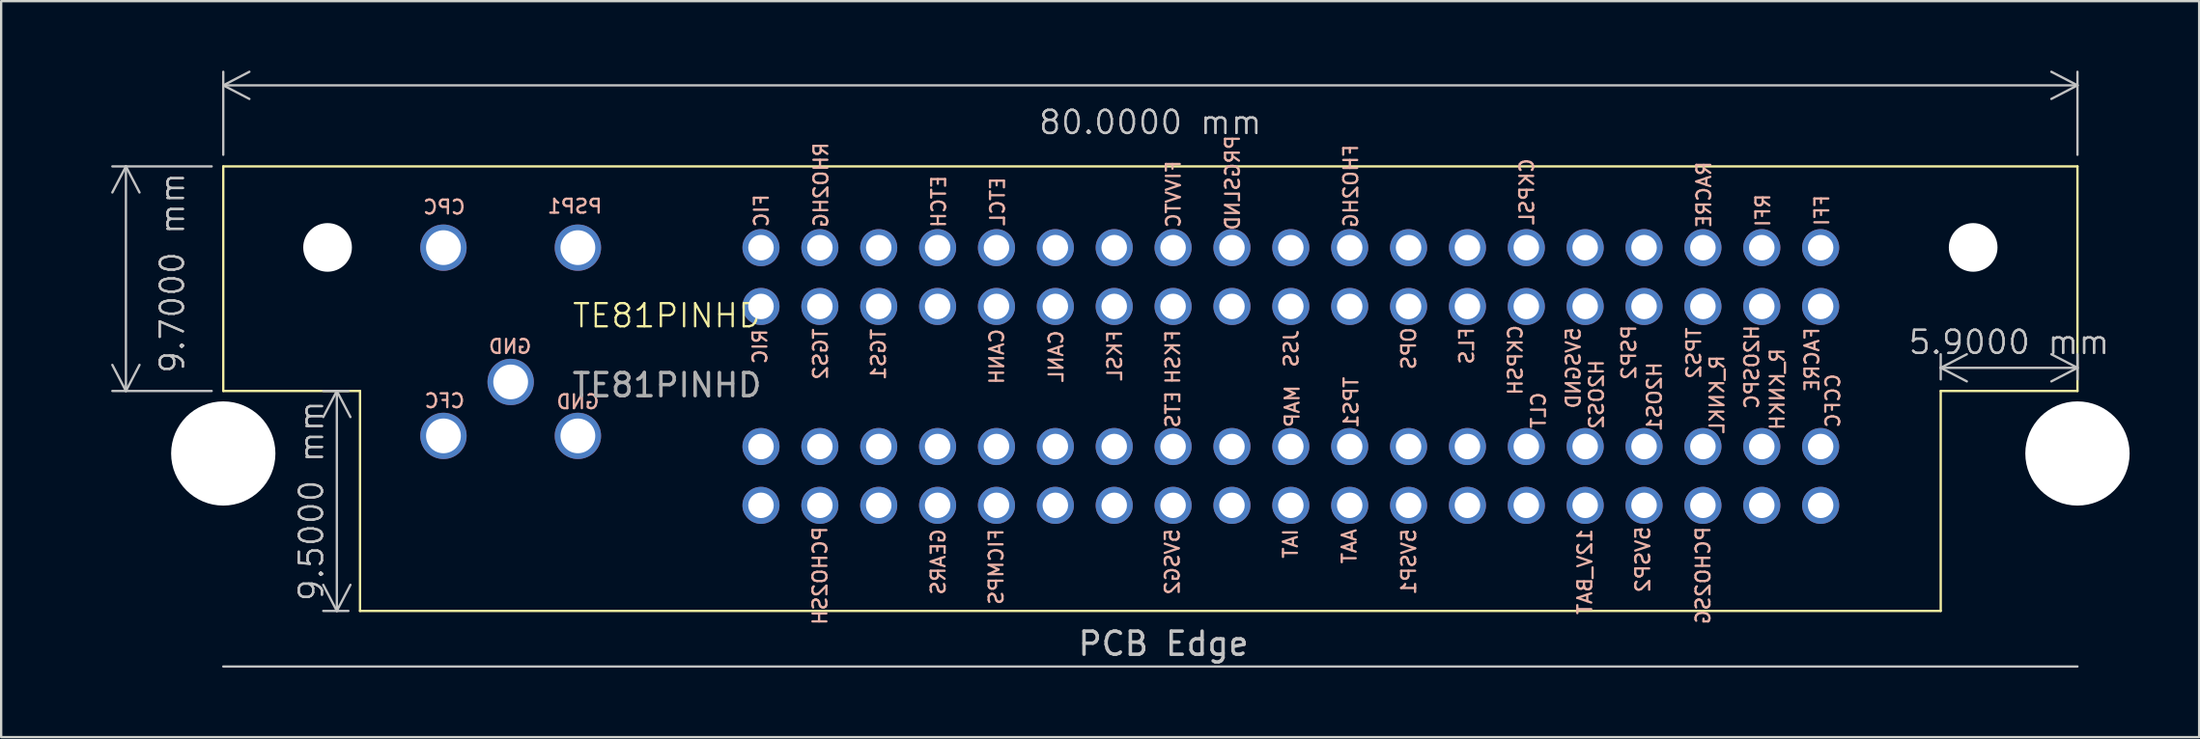
<source format=kicad_pcb>
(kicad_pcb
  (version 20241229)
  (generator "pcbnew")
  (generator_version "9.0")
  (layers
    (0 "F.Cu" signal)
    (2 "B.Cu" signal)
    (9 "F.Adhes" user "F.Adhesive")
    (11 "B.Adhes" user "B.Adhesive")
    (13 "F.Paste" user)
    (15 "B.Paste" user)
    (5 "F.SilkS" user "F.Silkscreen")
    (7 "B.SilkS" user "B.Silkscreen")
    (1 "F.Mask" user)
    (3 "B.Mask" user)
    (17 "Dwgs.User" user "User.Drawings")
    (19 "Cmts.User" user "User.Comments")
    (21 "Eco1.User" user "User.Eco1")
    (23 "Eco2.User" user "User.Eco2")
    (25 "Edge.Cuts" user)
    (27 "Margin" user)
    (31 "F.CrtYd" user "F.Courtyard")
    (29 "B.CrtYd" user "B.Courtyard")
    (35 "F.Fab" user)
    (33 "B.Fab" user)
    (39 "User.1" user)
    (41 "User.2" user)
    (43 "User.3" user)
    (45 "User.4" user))
  (footprint "TE81PINHD"
    (layer "F.Cu")
    (at 29.783 16.236)
    (property "Reference" "TE81PINHD" (at -4.056 -5.652 0) (unlocked yes) (layer "F.SilkS") (effects (font (size 1 1) (thickness 0.1))))
    (attr through_hole)
    (fp_line (start -23.2 -12.1) (end -23.2 -2.4) (stroke (width 0.1) (type default)) (layer "F.SilkS"))
    (fp_line (start -23.2 -12.1) (end 56.8 -12.1) (stroke (width 0.1) (type default)) (layer "F.SilkS"))
    (fp_line (start -23.2 -2.4) (end -17.3 -2.4) (stroke (width 0.1) (type default)) (layer "F.SilkS"))
    (fp_line (start -17.3 -2.4) (end -17.3 7.1) (stroke (width 0.1) (type default)) (layer "F.SilkS"))
    (fp_line (start -17.3 7.1) (end 50.9 7.1) (stroke (width 0.1) (type default)) (layer "F.SilkS"))
    (fp_line (start 50.9 -2.4) (end 50.9 7.1) (stroke (width 0.1) (type default)) (layer "F.SilkS"))
    (fp_line (start 50.9 -2.4) (end 56.8 -2.4) (stroke (width 0.1) (type default)) (layer "F.SilkS"))
    (fp_line (start 56.8 -12.1) (end 56.8 -2.4) (stroke (width 0.1) (type default)) (layer "F.SilkS"))
    (fp_line (start -23.2 9.5) (end 56.8 9.5) (stroke (width 0.1) (type default)) (layer "Dwgs.User"))
    (fp_text user "TPS2" (at 40.6 -5.2 90) (unlocked yes) (layer "B.SilkS") (effects (font (size 0.6 0.6) (thickness 0.1)) (justify left bottom mirror)))
    (fp_text user "CANH" (at 10.526 -5.138 90) (unlocked yes) (layer "B.SilkS") (effects (font (size 0.6 0.6) (thickness 0.1)) (justify left bottom mirror)))
    (fp_text user "R_KNKH" (at 44.2 -4.3 90) (unlocked yes) (layer "B.SilkS") (effects (font (size 0.6 0.6) (thickness 0.1)) (justify left bottom mirror)))
    (fp_text user "PSP2" (at 37.8 -5.3 90) (unlocked yes) (layer "B.SilkS") (effects (font (size 0.6 0.6) (thickness 0.1)) (justify left bottom mirror)))
    (fp_text user "FKSH" (at 18.124 -5.091 90) (unlocked yes) (layer "B.SilkS") (effects (font (size 0.6 0.6) (thickness 0.1)) (justify left bottom mirror)))
    (fp_text user "CPC" (at -12.7 -9.988 0) (unlocked yes) (layer "B.SilkS") (effects (font (size 0.6 0.6) (thickness 0.1)) (justify left bottom mirror)))
    (fp_text user "ETCH" (at 8.021 -11.761 90) (unlocked yes) (layer "B.SilkS") (effects (font (size 0.6 0.6) (thickness 0.1)) (justify left bottom mirror)))
    (fp_text user "CKPSH" (at 32.9 -5.3 90) (unlocked yes) (layer "B.SilkS") (effects (font (size 0.6 0.6) (thickness 0.1)) (justify left bottom mirror)))
    (fp_text user "GND" (at -9.845 -3.969 0) (unlocked yes) (layer "B.SilkS") (effects (font (size 0.6 0.6) (thickness 0.1)) (justify left bottom mirror)))
    (fp_text user "PRGSLND" (at 20.7 -13.5 90) (unlocked yes) (layer "B.SilkS") (effects (font (size 0.6 0.6) (thickness 0.1)) (justify left bottom mirror)))
    (fp_text user "TPS1" (at 25.814 -3.069 90) (unlocked yes) (layer "B.SilkS") (effects (font (size 0.6 0.6) (thickness 0.1)) (justify left bottom mirror)))
    (fp_text user "12V_BAT" (at 35.9 3.5 90) (unlocked yes) (layer "B.SilkS") (effects (font (size 0.6 0.6) (thickness 0.1)) (justify left bottom mirror)))
    (fp_text user "5VSP2" (at 38.4 3.4 90) (unlocked yes) (layer "B.SilkS") (effects (font (size 0.6 0.6) (thickness 0.1)) (justify left bottom mirror)))
    (fp_text user "RACRE" (at 41.035 -12.372 90) (unlocked yes) (layer "B.SilkS") (effects (font (size 0.6 0.6) (thickness 0.1)) (justify left bottom mirror)))
    (fp_text user "5VSGND" (at 35.4 -5.2 90) (unlocked yes) (layer "B.SilkS") (effects (font (size 0.6 0.6) (thickness 0.1)) (justify left bottom mirror)))
    (fp_text user "JSS" (at 23.228 -5.1 90) (unlocked yes) (layer "B.SilkS") (effects (font (size 0.6 0.6) (thickness 0.1)) (justify left bottom mirror)))
    (fp_text user "RIC" (at 0.309 -5.127 90) (unlocked yes) (layer "B.SilkS") (effects (font (size 0.6 0.6) (thickness 0.1)) (justify left bottom mirror)))
    (fp_text user "H2OS2" (at 36.4 -3.8 90) (unlocked yes) (layer "B.SilkS") (effects (font (size 0.6 0.6) (thickness 0.1)) (justify left bottom mirror)))
    (fp_text user "PCHO2SG" (at 41 3.4 90) (unlocked yes) (layer "B.SilkS") (effects (font (size 0.6 0.6) (thickness 0.1)) (justify left bottom mirror)))
    (fp_text user "FLS" (at 30.8 -5.2 90) (unlocked yes) (layer "B.SilkS") (effects (font (size 0.6 0.6) (thickness 0.1)) (justify left bottom mirror)))
    (fp_text user "RHO2HG" (at 2.94 -13.194 90) (unlocked yes) (layer "B.SilkS") (effects (font (size 0.6 0.6) (thickness 0.1)) (justify left bottom mirror)))
    (fp_text user "H2OSPC" (at 43.1 -5.3 90) (unlocked yes) (layer "B.SilkS") (effects (font (size 0.6 0.6) (thickness 0.1)) (justify left bottom mirror)))
    (fp_text user "OPS" (at 28.3 -5.2 90) (unlocked yes) (layer "B.SilkS") (effects (font (size 0.6 0.6) (thickness 0.1)) (justify left bottom mirror)))
    (fp_text user "IAT" (at 23.2 3.5 90) (unlocked yes) (layer "B.SilkS") (effects (font (size 0.6 0.6) (thickness 0.1)) (justify left bottom mirror)))
    (fp_text user "FFI" (at 46.128 -10.923 90) (unlocked yes) (layer "B.SilkS") (effects (font (size 0.6 0.6) (thickness 0.1)) (justify left bottom mirror)))
    (fp_text user "GND" (at -6.92 -1.58 0) (unlocked yes) (layer "B.SilkS") (effects (font (size 0.6 0.6) (thickness 0.1)) (justify left bottom mirror)))
    (fp_text user "CKPSL" (at 33.394 -12.498 90) (unlocked yes) (layer "B.SilkS") (effects (font (size 0.6 0.6) (thickness 0.1)) (justify left bottom mirror)))
    (fp_text user "5VSP1" (at 28.3 3.5 90) (unlocked yes) (layer "B.SilkS") (effects (font (size 0.6 0.6) (thickness 0.1)) (justify left bottom mirror)))
    (fp_text user "R_KNKL" (at 41.6 -4 90) (unlocked yes) (layer "B.SilkS") (effects (font (size 0.6 0.6) (thickness 0.1)) (justify left bottom mirror)))
    (fp_text user "CLT" (at 33.9 -2.4 90) (unlocked yes) (layer "B.SilkS") (effects (font (size 0.6 0.6) (thickness 0.1)) (justify left bottom mirror)))
    (fp_text user "FKSL" (at 15.616 -5.077 90) (unlocked yes) (layer "B.SilkS") (effects (font (size 0.6 0.6) (thickness 0.1)) (justify left bottom mirror)))
    (fp_text user "FHO2HG" (at 25.8 -13.1 90) (unlocked yes) (layer "B.SilkS") (effects (font (size 0.6 0.6) (thickness 0.1)) (justify left bottom mirror)))
    (fp_text user "H2OS1" (at 38.9 -3.7 90) (unlocked yes) (layer "B.SilkS") (effects (font (size 0.6 0.6) (thickness 0.1)) (justify left bottom mirror)))
    (fp_text user "PSP1" (at -6.796 -10.025 0) (unlocked yes) (layer "B.SilkS") (effects (font (size 0.6 0.6) (thickness 0.1)) (justify left bottom mirror)))
    (fp_text user "5VSG2" (at 18.1 3.5 90) (unlocked yes) (layer "B.SilkS") (effects (font (size 0.6 0.6) (thickness 0.1)) (justify left bottom mirror)))
    (fp_text user "FACRE" (at 45.7 -5.2 90) (unlocked yes) (layer "B.SilkS") (effects (font (size 0.6 0.6) (thickness 0.1)) (justify left bottom mirror)))
    (fp_text user "CFC" (at -12.728 -1.621 0) (unlocked yes) (layer "B.SilkS") (effects (font (size 0.6 0.6) (thickness 0.1)) (justify left bottom mirror)))
    (fp_text user "AAT" (at 25.736 3.5 90) (unlocked yes) (layer "B.SilkS") (effects (font (size 0.6 0.6) (thickness 0.1)) (justify left bottom mirror)))
    (fp_text user "MAP" (at 23.274 -2.701 90) (unlocked yes) (layer "B.SilkS") (effects (font (size 0.6 0.6) (thickness 0.1)) (justify left bottom mirror)))
    (fp_text user "ETCL" (at 10.56 -11.691 90) (unlocked yes) (layer "B.SilkS") (effects (font (size 0.6 0.6) (thickness 0.1)) (justify left bottom mirror)))
    (fp_text user "FICMPS" (at 10.5 3.5 90) (unlocked yes) (layer "B.SilkS") (effects (font (size 0.6 0.6) (thickness 0.1)) (justify left bottom mirror)))
    (fp_text user "TGS1" (at 5.423 -5.144 90) (unlocked yes) (layer "B.SilkS") (effects (font (size 0.6 0.6) (thickness 0.1)) (justify left bottom mirror)))
    (fp_text user "PCHO2SH" (at 2.9 3.4 90) (unlocked yes) (layer "B.SilkS") (effects (font (size 0.6 0.6) (thickness 0.1)) (justify left bottom mirror)))
    (fp_text user "CANL" (at 13.084 -5.072 90) (unlocked yes) (layer "B.SilkS") (effects (font (size 0.6 0.6) (thickness 0.1)) (justify left bottom mirror)))
    (fp_text user "FIC" (at 0.373 -10.953 90) (unlocked yes) (layer "B.SilkS") (effects (font (size 0.6 0.6) (thickness 0.1)) (justify left bottom mirror)))
    (fp_text user "TGS2" (at 2.923 -5.16 90) (unlocked yes) (layer "B.SilkS") (effects (font (size 0.6 0.6) (thickness 0.1)) (justify left bottom mirror)))
    (fp_text user "FIVVTC" (at 18.146 -12.412 90) (unlocked yes) (layer "B.SilkS") (effects (font (size 0.6 0.6) (thickness 0.1)) (justify left bottom mirror)))
    (fp_text user "RFI" (at 43.583 -10.967 90) (unlocked yes) (layer "B.SilkS") (effects (font (size 0.6 0.6) (thickness 0.1)) (justify left bottom mirror)))
    (fp_text user "CCFC" (at 46.6 -3.2 90) (unlocked yes) (layer "B.SilkS") (effects (font (size 0.6 0.6) (thickness 0.1)) (justify left bottom mirror)))
    (fp_text user "ETS" (at 18.124 -2.454 90) (unlocked yes) (layer "B.SilkS") (effects (font (size 0.6 0.6) (thickness 0.1)) (justify left bottom mirror)))
    (fp_text user "GEARS" (at 8 3.5 90) (unlocked yes) (layer "B.SilkS") (effects (font (size 0.6 0.6) (thickness 0.1)) (justify left bottom mirror)))
    (fp_text user "PCB Edge" (at 13.6 9.1 0) (unlocked yes) (layer "Dwgs.User") (effects (font (size 1 1) (thickness 0.15)) (justify left bottom)))
    (fp_text user "${REFERENCE}" (at -4.056 -2.652 0) (unlocked yes) (layer "F.Fab") (effects (font (size 1 1) (thickness 0.15))))
    (dimension (type aligned) (layer "Dwgs.User") (pts (xy 6.583 4.136) (xy 86.583 4.136)) (height -3.5) (format (prefix "") (suffix "") (units 3) (units_format 1) (precision 4)) (style (thickness 0.1) (arrow_length 1.27) (text_position_mode 2) (arrow_direction outward) (extension_height 0.586) (extension_offset 0.5) (keep_text_aligned yes)) (gr_text "80.0000 mm" (at 46.583 2.236 0) (layer "Dwgs.User") (effects (font (size 1 1) (thickness 0.1)))))
    (dimension (type aligned) (layer "Dwgs.User") (pts (xy 80.683 13.836) (xy 86.583 13.836)) (height -1) (format (prefix "") (suffix "") (units 3) (units_format 1) (precision 4)) (style (thickness 0.1) (arrow_length 1.27) (text_position_mode 0) (arrow_direction outward) (extension_height 0.586) (extension_offset 0.5) (keep_text_aligned yes)) (gr_text "5.9000 mm" (at 83.633 11.736 0) (layer "Dwgs.User") (effects (font (size 1 1) (thickness 0.1)))))
    (dimension (type aligned) (layer "Dwgs.User") (pts (xy 12.483 13.836) (xy 12.483 23.336)) (height 1) (format (prefix "") (suffix "") (units 3) (units_format 1) (precision 4)) (style (thickness 0.1) (arrow_length 1.27) (text_position_mode 0) (arrow_direction outward) (extension_height 0.586) (extension_offset 0.5) (keep_text_aligned yes)) (gr_text "9.5000 mm" (at 10.383 18.586 90) (layer "Dwgs.User") (effects (font (size 1 1) (thickness 0.1)))))
    (dimension (type aligned) (layer "Dwgs.User") (pts (xy 6.583 4.136) (xy 6.583 13.836)) (height 4.2) (format (prefix "") (suffix "") (units 3) (units_format 1) (precision 4)) (style (thickness 0.1) (arrow_length 1.27) (text_position_mode 2) (arrow_direction outward) (extension_height 0.586) (extension_offset 0.5) (keep_text_aligned yes)) (gr_text "9.7000 mm" (at 4.383 8.736 90) (layer "Dwgs.User") (effects (font (size 1 1) (thickness 0.1)))))
    (pad "" np_thru_hole circle (at -23.2 0.3) (size 4.5 4.5) (drill 4.5) (layers "*.Cu" "*.Mask"))
    (pad "" np_thru_hole circle (at -18.7 -8.6) (size 2.1 2.1) (drill 2.1) (layers "*.Cu" "*.Mask"))
    (pad "" np_thru_hole circle (at 52.3 -8.6) (size 2.1 2.1) (drill 2.1) (layers "*.Cu" "*.Mask"))
    (pad "" np_thru_hole circle (at 56.8 0.3) (size 4.5 4.5) (drill 4.5) (layers "*.Cu" "*.Mask"))
    (pad "1" thru_hole circle (at -13.7 -0.46) (size 2 2) (drill 1.5) (layers "*.Cu" "*.Mask"))
    (pad "2" thru_hole circle (at -7.9 -0.46) (size 2 2) (drill 1.5) (layers "*.Cu" "*.Mask"))
    (pad "3" thru_hole circle (at -10.8 -2.79) (size 2 2) (drill 1.5) (layers "*.Cu" "*.Mask"))
    (pad "4" thru_hole circle (at -13.7 -8.59) (size 2 2) (drill 1.5) (layers "*.Cu" "*.Mask"))
    (pad "5" thru_hole circle (at -7.9 -8.59) (size 2 2) (drill 1.5) (layers "*.Cu" "*.Mask"))
    (pad "6" thru_hole circle (at 45.72 -8.59) (size 1.6 1.6) (drill 1.1) (layers "*.Cu" "*.Mask"))
    (pad "7" thru_hole circle (at 43.18 -8.59) (size 1.6 1.6) (drill 1.1) (layers "*.Cu" "*.Mask"))
    (pad "8" thru_hole circle (at 40.64 -8.59) (size 1.6 1.6) (drill 1.1) (layers "*.Cu" "*.Mask"))
    (pad "9" thru_hole circle (at 38.1 -8.59) (size 1.6 1.6) (drill 1.1) (layers "*.Cu" "*.Mask"))
    (pad "10" thru_hole circle (at 35.56 -8.59) (size 1.6 1.6) (drill 1.1) (layers "*.Cu" "*.Mask"))
    (pad "11" thru_hole circle (at 33.02 -8.59) (size 1.6 1.6) (drill 1.1) (layers "*.Cu" "*.Mask"))
    (pad "12" thru_hole circle (at 30.48 -8.59) (size 1.6 1.6) (drill 1.1) (layers "*.Cu" "*.Mask"))
    (pad "13" thru_hole circle (at 27.94 -8.59) (size 1.6 1.6) (drill 1.1) (layers "*.Cu" "*.Mask"))
    (pad "14" thru_hole circle (at 25.4 -8.59) (size 1.6 1.6) (drill 1.1) (layers "*.Cu" "*.Mask"))
    (pad "15" thru_hole circle (at 22.86 -8.59) (size 1.6 1.6) (drill 1.1) (layers "*.Cu" "*.Mask"))
    (pad "16" thru_hole circle (at 20.32 -8.59) (size 1.6 1.6) (drill 1.1) (layers "*.Cu" "*.Mask"))
    (pad "17" thru_hole circle (at 17.78 -8.59) (size 1.6 1.6) (drill 1.1) (layers "*.Cu" "*.Mask"))
    (pad "18" thru_hole circle (at 15.24 -8.59) (size 1.6 1.6) (drill 1.1) (layers "*.Cu" "*.Mask"))
    (pad "19" thru_hole circle (at 12.7 -8.59) (size 1.6 1.6) (drill 1.1) (layers "*.Cu" "*.Mask"))
    (pad "20" thru_hole circle (at 10.16 -8.59) (size 1.6 1.6) (drill 1.1) (layers "*.Cu" "*.Mask"))
    (pad "21" thru_hole circle (at 7.62 -8.59) (size 1.6 1.6) (drill 1.1) (layers "*.Cu" "*.Mask"))
    (pad "22" thru_hole circle (at 5.08 -8.59) (size 1.6 1.6) (drill 1.1) (layers "*.Cu" "*.Mask"))
    (pad "23" thru_hole circle (at 2.54 -8.59) (size 1.6 1.6) (drill 1.1) (layers "*.Cu" "*.Mask"))
    (pad "24" thru_hole circle (at 0 -8.59) (size 1.6 1.6) (drill 1.1) (layers "*.Cu" "*.Mask"))
    (pad "25" thru_hole circle (at 45.72 -6.05) (size 1.6 1.6) (drill 1.1) (layers "*.Cu" "*.Mask"))
    (pad "26" thru_hole circle (at 43.18 -6.05) (size 1.6 1.6) (drill 1.1) (layers "*.Cu" "*.Mask"))
    (pad "27" thru_hole circle (at 40.64 -6.05) (size 1.6 1.6) (drill 1.1) (layers "*.Cu" "*.Mask"))
    (pad "28" thru_hole circle (at 38.1 -6.05) (size 1.6 1.6) (drill 1.1) (layers "*.Cu" "*.Mask"))
    (pad "29" thru_hole circle (at 35.56 -6.05) (size 1.6 1.6) (drill 1.1) (layers "*.Cu" "*.Mask"))
    (pad "30" thru_hole circle (at 33.02 -6.05) (size 1.6 1.6) (drill 1.1) (layers "*.Cu" "*.Mask"))
    (pad "31" thru_hole circle (at 30.48 -6.05) (size 1.6 1.6) (drill 1.1) (layers "*.Cu" "*.Mask"))
    (pad "32" thru_hole circle (at 27.94 -6.05) (size 1.6 1.6) (drill 1.1) (layers "*.Cu" "*.Mask"))
    (pad "33" thru_hole circle (at 25.4 -6.05) (size 1.6 1.6) (drill 1.1) (layers "*.Cu" "*.Mask"))
    (pad "34" thru_hole circle (at 22.86 -6.05) (size 1.6 1.6) (drill 1.1) (layers "*.Cu" "*.Mask"))
    (pad "35" thru_hole circle (at 20.32 -6.05) (size 1.6 1.6) (drill 1.1) (layers "*.Cu" "*.Mask"))
    (pad "36" thru_hole circle (at 17.78 -6.05) (size 1.6 1.6) (drill 1.1) (layers "*.Cu" "*.Mask"))
    (pad "37" thru_hole circle (at 15.24 -6.05) (size 1.6 1.6) (drill 1.1) (layers "*.Cu" "*.Mask"))
    (pad "38" thru_hole circle (at 12.7 -6.05) (size 1.6 1.6) (drill 1.1) (layers "*.Cu" "*.Mask"))
    (pad "39" thru_hole circle (at 10.16 -6.05) (size 1.6 1.6) (drill 1.1) (layers "*.Cu" "*.Mask"))
    (pad "40" thru_hole circle (at 7.62 -6.05) (size 1.6 1.6) (drill 1.1) (layers "*.Cu" "*.Mask"))
    (pad "41" thru_hole circle (at 5.08 -6.05) (size 1.6 1.6) (drill 1.1) (layers "*.Cu" "*.Mask"))
    (pad "42" thru_hole circle (at 2.54 -6.05) (size 1.6 1.6) (drill 1.1) (layers "*.Cu" "*.Mask"))
    (pad "43" thru_hole circle (at 0 -6.05) (size 1.6 1.6) (drill 1.1) (layers "*.Cu" "*.Mask"))
    (pad "44" thru_hole circle (at 45.72 0) (size 1.6 1.6) (drill 1.1) (layers "*.Cu" "*.Mask"))
    (pad "45" thru_hole circle (at 43.18 0) (size 1.6 1.6) (drill 1.1) (layers "*.Cu" "*.Mask"))
    (pad "46" thru_hole circle (at 40.64 0) (size 1.6 1.6) (drill 1.1) (layers "*.Cu" "*.Mask"))
    (pad "47" thru_hole circle (at 38.1 0) (size 1.6 1.6) (drill 1.1) (layers "*.Cu" "*.Mask"))
    (pad "48" thru_hole circle (at 35.56 0) (size 1.6 1.6) (drill 1.1) (layers "*.Cu" "*.Mask"))
    (pad "49" thru_hole circle (at 33.02 0) (size 1.6 1.6) (drill 1.1) (layers "*.Cu" "*.Mask"))
    (pad "50" thru_hole circle (at 30.48 0) (size 1.6 1.6) (drill 1.1) (layers "*.Cu" "*.Mask"))
    (pad "51" thru_hole circle (at 27.94 0) (size 1.6 1.6) (drill 1.1) (layers "*.Cu" "*.Mask"))
    (pad "52" thru_hole circle (at 25.4 0) (size 1.6 1.6) (drill 1.1) (layers "*.Cu" "*.Mask"))
    (pad "53" thru_hole circle (at 22.86 0) (size 1.6 1.6) (drill 1.1) (layers "*.Cu" "*.Mask"))
    (pad "54" thru_hole circle (at 20.32 0) (size 1.6 1.6) (drill 1.1) (layers "*.Cu" "*.Mask"))
    (pad "55" thru_hole circle (at 17.78 0) (size 1.6 1.6) (drill 1.1) (layers "*.Cu" "*.Mask"))
    (pad "56" thru_hole circle (at 15.24 0) (size 1.6 1.6) (drill 1.1) (layers "*.Cu" "*.Mask"))
    (pad "57" thru_hole circle (at 12.7 0) (size 1.6 1.6) (drill 1.1) (layers "*.Cu" "*.Mask"))
    (pad "58" thru_hole circle (at 10.16 0) (size 1.6 1.6) (drill 1.1) (layers "*.Cu" "*.Mask"))
    (pad "59" thru_hole circle (at 7.62 0) (size 1.6 1.6) (drill 1.1) (layers "*.Cu" "*.Mask"))
    (pad "60" thru_hole circle (at 5.08 0) (size 1.6 1.6) (drill 1.1) (layers "*.Cu" "*.Mask"))
    (pad "61" thru_hole circle (at 2.54 0) (size 1.6 1.6) (drill 1.1) (layers "*.Cu" "*.Mask"))
    (pad "62" thru_hole circle (at 0 0) (size 1.6 1.6) (drill 1.1) (layers "*.Cu" "*.Mask"))
    (pad "63" thru_hole circle (at 45.72 2.54) (size 1.6 1.6) (drill 1.1) (layers "*.Cu" "*.Mask"))
    (pad "64" thru_hole circle (at 43.18 2.54) (size 1.6 1.6) (drill 1.1) (layers "*.Cu" "*.Mask"))
    (pad "65" thru_hole circle (at 40.64 2.54) (size 1.6 1.6) (drill 1.1) (layers "*.Cu" "*.Mask"))
    (pad "66" thru_hole circle (at 38.1 2.54) (size 1.6 1.6) (drill 1.1) (layers "*.Cu" "*.Mask"))
    (pad "67" thru_hole circle (at 35.56 2.54) (size 1.6 1.6) (drill 1.1) (layers "*.Cu" "*.Mask"))
    (pad "68" thru_hole circle (at 33.02 2.54) (size 1.6 1.6) (drill 1.1) (layers "*.Cu" "*.Mask"))
    (pad "69" thru_hole circle (at 30.48 2.54) (size 1.6 1.6) (drill 1.1) (layers "*.Cu" "*.Mask"))
    (pad "70" thru_hole circle (at 27.94 2.54) (size 1.6 1.6) (drill 1.1) (layers "*.Cu" "*.Mask"))
    (pad "71" thru_hole circle (at 25.4 2.54) (size 1.6 1.6) (drill 1.1) (layers "*.Cu" "*.Mask"))
    (pad "72" thru_hole circle (at 22.86 2.54) (size 1.6 1.6) (drill 1.1) (layers "*.Cu" "*.Mask"))
    (pad "73" thru_hole circle (at 20.32 2.54) (size 1.6 1.6) (drill 1.1) (layers "*.Cu" "*.Mask"))
    (pad "74" thru_hole circle (at 17.78 2.54) (size 1.6 1.6) (drill 1.1) (layers "*.Cu" "*.Mask"))
    (pad "75" thru_hole circle (at 15.24 2.54) (size 1.6 1.6) (drill 1.1) (layers "*.Cu" "*.Mask"))
    (pad "76" thru_hole circle (at 12.7 2.54) (size 1.6 1.6) (drill 1.1) (layers "*.Cu" "*.Mask"))
    (pad "77" thru_hole circle (at 10.16 2.54) (size 1.6 1.6) (drill 1.1) (layers "*.Cu" "*.Mask"))
    (pad "78" thru_hole circle (at 7.62 2.54) (size 1.6 1.6) (drill 1.1) (layers "*.Cu" "*.Mask"))
    (pad "79" thru_hole circle (at 5.08 2.54) (size 1.6 1.6) (drill 1.1) (layers "*.Cu" "*.Mask"))
    (pad "80" thru_hole circle (at 2.54 2.54) (size 1.6 1.6) (drill 1.1) (layers "*.Cu" "*.Mask"))
    (pad "81" thru_hole circle (at 0 2.54) (size 1.6 1.6) (drill 1.1) (layers "*.Cu" "*.Mask")))
  (gr_rect
    (start -3 -3)
    (end 91.833 28.786)
    (stroke (width 0.1) (type default))
    (fill no)
    (layer "Edge.Cuts")))
</source>
